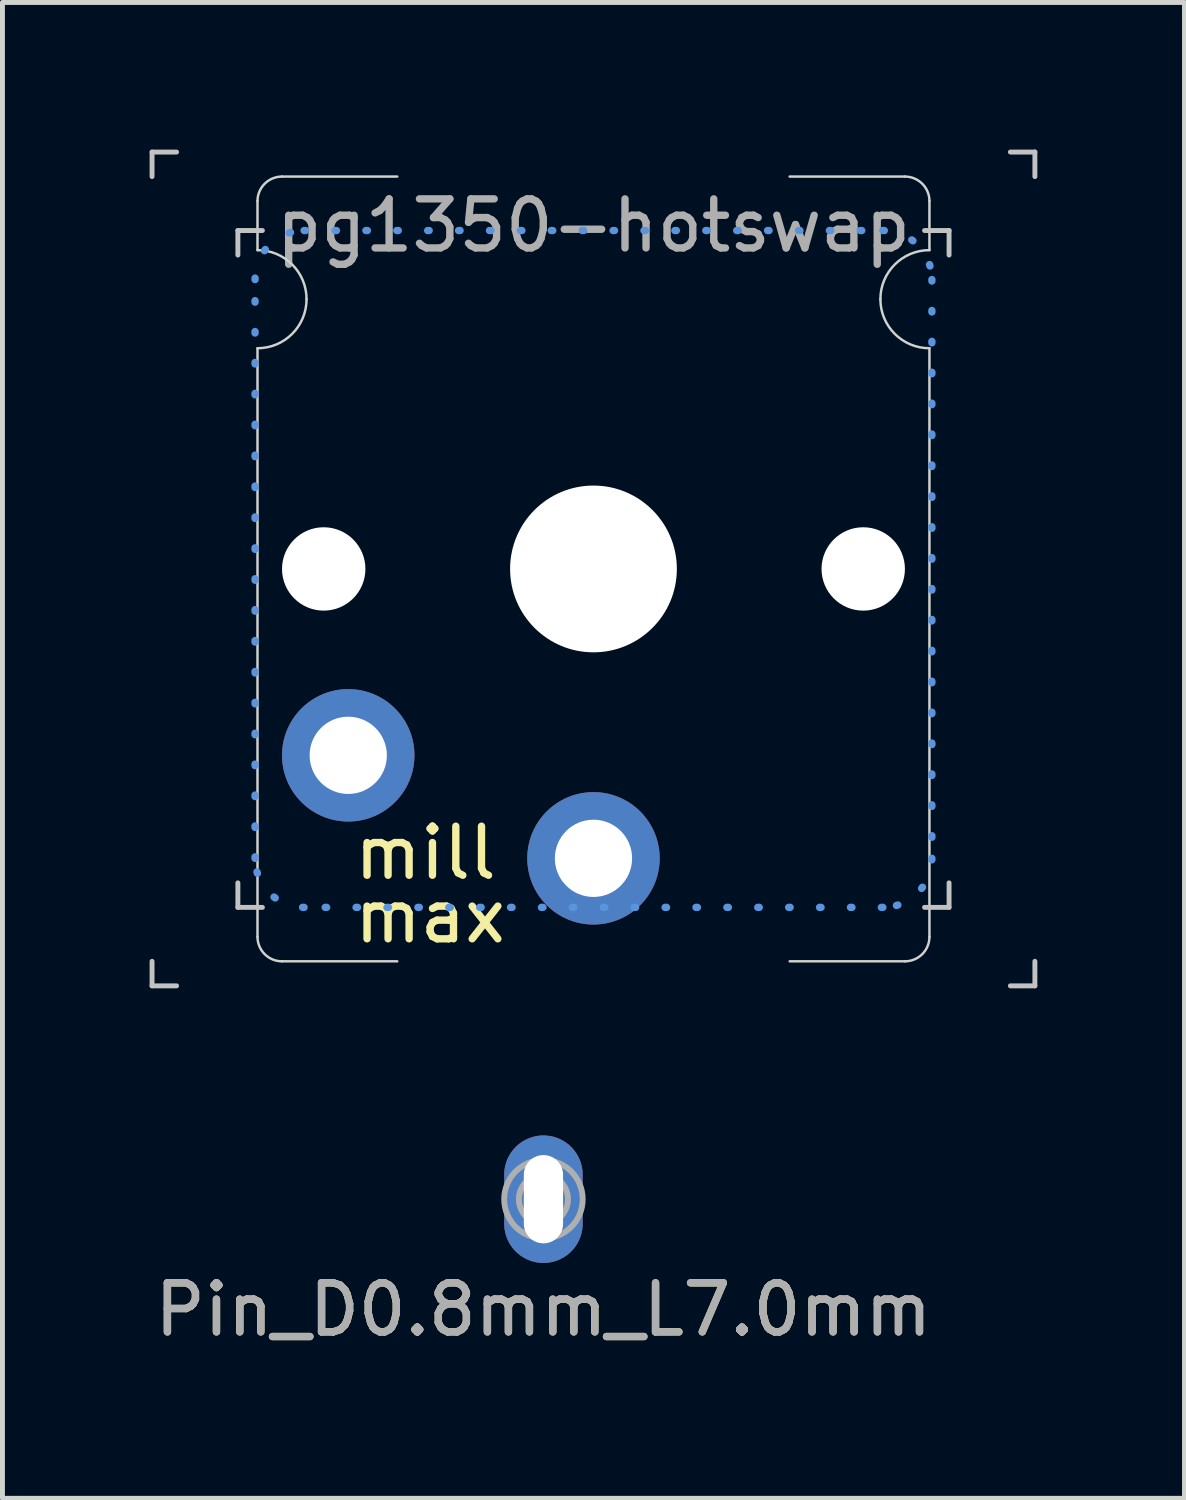
<source format=kicad_pcb>
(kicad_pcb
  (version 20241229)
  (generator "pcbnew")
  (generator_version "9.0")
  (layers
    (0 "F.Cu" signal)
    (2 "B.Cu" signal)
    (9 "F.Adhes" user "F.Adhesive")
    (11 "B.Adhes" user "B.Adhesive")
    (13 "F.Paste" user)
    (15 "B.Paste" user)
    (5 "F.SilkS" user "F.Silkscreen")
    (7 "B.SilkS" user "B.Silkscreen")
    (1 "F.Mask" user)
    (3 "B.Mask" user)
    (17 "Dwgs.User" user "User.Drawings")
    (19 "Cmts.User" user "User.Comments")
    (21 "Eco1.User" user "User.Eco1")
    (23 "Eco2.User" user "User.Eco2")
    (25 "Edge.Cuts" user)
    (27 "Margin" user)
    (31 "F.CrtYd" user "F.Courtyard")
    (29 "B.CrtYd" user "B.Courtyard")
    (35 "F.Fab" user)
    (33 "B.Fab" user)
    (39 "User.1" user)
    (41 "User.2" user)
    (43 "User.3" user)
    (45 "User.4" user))
  (footprint "pg1350-hotswap"
    (layer "F.Cu")
    (at 9.05 8.55)
    (property "Reference" "pg1350-hotswap" (at 0 -7 0) (layer "F.Fab") (effects (font (size 1 1) (thickness 0.15))))
    (attr through_hole exclude_from_pos_files exclude_from_bom)
    (private_layers "Eco2.User" "User.9")
    (fp_line (start -9 -8.5) (end -9 -8) (stroke (width 0.1) (type default)) (layer "Dwgs.User"))
    (fp_line (start -9 -8.5) (end -8.5 -8.5) (stroke (width 0.1) (type default)) (layer "Dwgs.User"))
    (fp_line (start -9 8.5) (end -9 8) (stroke (width 0.1) (type default)) (layer "Dwgs.User"))
    (fp_line (start -9 8.5) (end -8.5 8.5) (stroke (width 0.1) (type default)) (layer "Dwgs.User"))
    (fp_line (start -7.25 -6.9) (end -7.25 -6.4) (stroke (width 0.1) (type default)) (layer "Dwgs.User"))
    (fp_line (start -7.25 -6.9) (end -6.75 -6.9) (stroke (width 0.1) (type default)) (layer "Dwgs.User"))
    (fp_line (start -7.25 6.9) (end -7.25 6.4) (stroke (width 0.1) (type default)) (layer "Dwgs.User"))
    (fp_line (start -7.25 6.9) (end -6.75 6.9) (stroke (width 0.1) (type default)) (layer "Dwgs.User"))
    (fp_line (start 7.25 -6.9) (end 6.75 -6.9) (stroke (width 0.1) (type default)) (layer "Dwgs.User"))
    (fp_line (start 7.25 -6.9) (end 7.25 -6.4) (stroke (width 0.1) (type default)) (layer "Dwgs.User"))
    (fp_line (start 7.25 6.9) (end 6.75 6.9) (stroke (width 0.1) (type default)) (layer "Dwgs.User"))
    (fp_line (start 7.25 6.9) (end 7.25 6.4) (stroke (width 0.1) (type default)) (layer "Dwgs.User"))
    (fp_line (start 9 -8.5) (end 8.5 -8.5) (stroke (width 0.1) (type default)) (layer "Dwgs.User"))
    (fp_line (start 9 -8.5) (end 9 -8) (stroke (width 0.1) (type default)) (layer "Dwgs.User"))
    (fp_line (start 9 8.5) (end 8.5 8.5) (stroke (width 0.1) (type default)) (layer "Dwgs.User"))
    (fp_line (start 9 8.5) (end 9 8) (stroke (width 0.1) (type default)) (layer "Dwgs.User"))
    (fp_line (start -6.9 5.9) (end -6.9 -5.9) (stroke (width 0.15) (type dot)) (layer "Cmts.User"))
    (fp_line (start -5.9 -6.9) (end 5.9 -6.9) (stroke (width 0.15) (type dot)) (layer "Cmts.User"))
    (fp_line (start 5.9 6.9) (end -5.9 6.9) (stroke (width 0.15) (type dot)) (layer "Cmts.User"))
    (fp_line (start 6.9 -5.9) (end 6.9 5.9) (stroke (width 0.15) (type dot)) (layer "Cmts.User"))
    (fp_arc (start -6.9 -5.9) (mid -6.607107 -6.607107) (end -5.9 -6.9) (stroke (width 0.15) (type dot)) (layer "Cmts.User"))
    (fp_arc (start -5.9 6.9) (mid -6.607107 6.607107) (end -6.9 5.9) (stroke (width 0.15) (type dot)) (layer "Cmts.User"))
    (fp_arc (start 5.9 -6.9) (mid 6.607107 -6.607107) (end 6.9 -5.9) (stroke (width 0.15) (type dot)) (layer "Cmts.User"))
    (fp_arc (start 6.9 5.9) (mid 6.607107 6.607107) (end 5.9 6.9) (stroke (width 0.15) (type dot)) (layer "Cmts.User"))
    (fp_line (start -7.75 -8.25) (end 7.75 -8.25) (stroke (width 0.15) (type solid)) (layer "Eco2.User"))
    (fp_line (start 7.75 8.25) (end -7.75 8.25) (stroke (width 0.15) (type solid)) (layer "Eco2.User"))
    (fp_arc (start -8.75 -7.25) (mid -8.457107 -7.957107) (end -7.75 -8.25) (stroke (width 0.15) (type solid)) (layer "Eco2.User"))
    (fp_arc (start -7.75 8.25) (mid -8.457107 7.957107) (end -8.75 7.25) (stroke (width 0.15) (type solid)) (layer "Eco2.User"))
    (fp_arc (start 7.75 -8.25) (mid 8.457107 -7.957107) (end 8.75 -7.25) (stroke (width 0.15) (type solid)) (layer "Eco2.User"))
    (fp_arc (start 8.75 7.25) (mid 8.457107 7.957107) (end 7.75 8.25) (stroke (width 0.15) (type solid)) (layer "Eco2.User"))
    (fp_line (start -6.85 -6.5) (end -6.85 -7.5) (stroke (width 0.05) (type solid)) (layer "Edge.Cuts"))
    (fp_line (start -6.85 7.5) (end -6.85 -4.5) (stroke (width 0.05) (type solid)) (layer "Edge.Cuts"))
    (fp_line (start -4 -8) (end -6.35 -8) (stroke (width 0.05) (type solid)) (layer "Edge.Cuts"))
    (fp_line (start -4 8) (end -6.35 8) (stroke (width 0.05) (type solid)) (layer "Edge.Cuts"))
    (fp_line (start 6.35 -8) (end 4 -8) (stroke (width 0.05) (type solid)) (layer "Edge.Cuts"))
    (fp_line (start 6.35 8) (end 4 8) (stroke (width 0.05) (type solid)) (layer "Edge.Cuts"))
    (fp_line (start 6.85 -6.5) (end 6.85 -7.5) (stroke (width 0.05) (type solid)) (layer "Edge.Cuts"))
    (fp_line (start 6.85 7.5) (end 6.85 -4.5) (stroke (width 0.05) (type solid)) (layer "Edge.Cuts"))
    (fp_arc (start -6.85 -7.5) (mid -6.703553 -7.853553) (end -6.35 -8) (stroke (width 0.05) (type default)) (layer "Edge.Cuts"))
    (fp_arc (start -6.85 -6.5) (mid -6.142893 -6.207107) (end -5.85 -5.5) (stroke (width 0.05) (type default)) (layer "Edge.Cuts"))
    (fp_arc (start -6.35 8) (mid -6.703553 7.853553) (end -6.85 7.5) (stroke (width 0.05) (type default)) (layer "Edge.Cuts"))
    (fp_arc (start -5.85 -5.5) (mid -6.142893 -4.792893) (end -6.85 -4.5) (stroke (width 0.05) (type default)) (layer "Edge.Cuts"))
    (fp_arc (start 5.85 -5.5) (mid 6.142893 -6.207107) (end 6.85 -6.5) (stroke (width 0.05) (type default)) (layer "Edge.Cuts"))
    (fp_arc (start 6.35 -8) (mid 6.703553 -7.853553) (end 6.85 -7.5) (stroke (width 0.05) (type default)) (layer "Edge.Cuts"))
    (fp_arc (start 6.85 -4.5) (mid 6.142893 -4.792893) (end 5.85 -5.5) (stroke (width 0.05) (type default)) (layer "Edge.Cuts"))
    (fp_arc (start 6.85 7.5) (mid 6.703553 7.853553) (end 6.35 8) (stroke (width 0.05) (type default)) (layer "Edge.Cuts"))
    (fp_line (start -10.16 -8.382) (end -9.398 -8.382) (stroke (width 0.1) (type default)) (layer "User.9"))
    (fp_line (start -8.382 -6.35) (end -7.62 -6.35) (stroke (width 0.1) (type default)) (layer "User.9"))
    (fp_line (start -7.874 -4.826) (end -7.112 -4.826) (stroke (width 0.1) (type default)) (layer "User.9"))
    (fp_line (start -7.112 -9.144) (end -7.112 -8.509) (stroke (width 0.1) (type default)) (layer "User.9"))
    (fp_text user "max" (at -4.953 7.671 0) (unlocked yes) (layer "F.SilkS") (effects (font (size 1 1) (thickness 0.15)) (justify left bottom)))
    (fp_text user "mill" (at -4.953 6.375 0) (unlocked yes) (layer "F.SilkS") (effects (font (size 1 1) (thickness 0.15)) (justify left bottom)))
    (fp_text user "switch lower" (at -18.796 -5.842 0) (unlocked yes) (layer "User.9") (effects (font (size 1 1) (thickness 0.15)) (justify left bottom)))
    (fp_text user "choc spacing" (at -20.32 -7.874 0) (unlocked yes) (layer "User.9") (effects (font (size 1 1) (thickness 0.15)) (justify left bottom)))
    (fp_text user "switch bottom" (at -18.796 -4.318 0) (unlocked yes) (layer "User.9") (effects (font (size 1 1) (thickness 0.15)) (justify left bottom)))
    (fp_text user "keycap" (at -9.906 -9.398 0) (unlocked yes) (layer "User.9") (effects (font (size 1 1) (thickness 0.15)) (justify left bottom)))
    (fp_text_box "Tick corners:\n- outer: choc spacing bounds 18 x 17 \n- inner: lower switch extent 14.5 x 13.8\n    hence hole we sit over" (start -16.85 13.594) (end 16.85 21.844) (margins 0.8 0.8 0.8 0.8) (layer "User.9") (effects (font (size 1 1) (thickness 0.15)) (justify left top)) (border yes) (stroke (width 0.1) (type dot)))
    (fp_text_box "height:\n choc lower body is 13.8 front to back\n gap for mouse bits at: 16 mm  (out of 17)\n" (start 9.85 -6.5) (end 48.95 0.1) (margins 0.8 0.8 0.8 0.8) (layer "User.9") (effects (font (size 1 1) (thickness 0.15)) (justify left top)) (border yes) (stroke (width 0.1) (type dot)))
    (fp_text_box "width: 13.7 mm wide (out of 18)\n" (start 9.85 2.55) (end 42.85 6.125) (margins 0.8 0.8 0.8 0.8) (layer "User.9") (effects (font (size 1 1) (thickness 0.15)) (justify left top)) (border yes) (stroke (width 0.1) (type dot)))
    (fp_text_box "Mill-Max call for:\n- hole diam: 1.3 mm\n- lip diam is 1.96 mm, \n   which our 2.35 pad extends past." (start 17.35 -18.375) (end 49.25 -10.525) (margins 0.8 0.8 0.8 0.8) (layer "User.9") (effects (font (size 1 1) (thickness 0.15)) (justify left top)) (border yes) (stroke (width 0.1) (type dot)))
    (fp_text_box "Narrow single switch Amoeba PCB\nNarrow enought that Dactyl column walls can extend down on either side of PCB." (start -16.9 -19.3) (end 14.7 -10.924) (margins 0.8 0.8 0.8 0.8) (layer "User.9") (effects (font (size 1 1) (thickness 0.15)) (justify left top)) (border yes) (stroke (width 0.1) (type dot)))
    (pad "" np_thru_hole circle (at -5.5 0 180) (size 1.7 1.7) (drill 1.7) (layers "*.Cu" "*.Mask"))
    (pad "" np_thru_hole circle (at 0 0 180) (size 3.4 3.4) (drill 3.4) (layers "*.Cu" "*.Mask"))
    (pad "" np_thru_hole circle (at 5.5 0 180) (size 1.7 1.7) (drill 1.7) (layers "*.Cu" "*.Mask"))
    (pad "1" thru_hole circle (at 0 5.9 180) (size 2.7 2.7) (drill 1.575) (layers "*.Cu" "*.Mask"))
    (pad "2" thru_hole circle (at -5 3.8 180) (size 2.7 2.7) (drill 1.575) (layers "*.Cu" "*.Mask")))
  (footprint "Pin_D0.8mm_L7.0mm"
    (layer "F.Cu")
    (at 8.03 21.4)
    (property "Reference" "Pin_D0.8mm_L7.0mm" (at 0 2.25 0) (layer "F.SilkS") (effects (font (size 1 1) (thickness 0.15))))
    (attr through_hole exclude_from_pos_files exclude_from_bom)
    (fp_circle (center 0 0) (end 0.5 0) (stroke (width 0.12) (type solid)) (fill no) (layer "F.Fab"))
    (fp_circle (center 0 0) (end 0.8 0) (stroke (width 0.12) (type solid)) (fill no) (layer "F.Fab"))
    (fp_text user "${REFERENCE}" (at 0 2.25 0) (layer "F.Fab") (effects (font (size 1 1) (thickness 0.15))))
    (pad "1" thru_hole oval (at 0 0) (size 1.6 2.6) (drill oval 0.8 1.8) (layers "*.Cu" "*.Mask")))
  (gr_rect
    (start -3 -3)
    (end 21.1 27.498)
    (stroke (width 0.1) (type default))
    (fill no)
    (layer "Edge.Cuts")))
</source>
